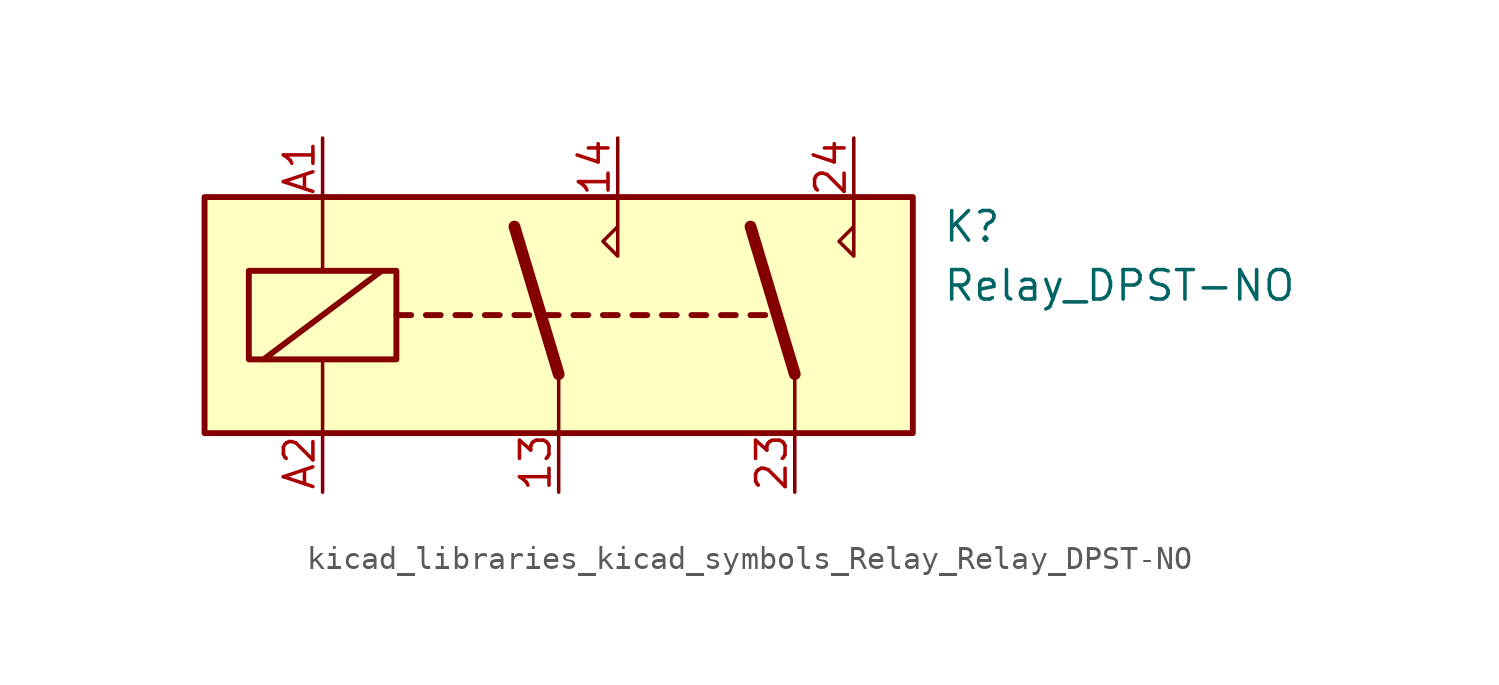
<source format=kicad_sym>
(kicad_symbol_lib
  (version 20220914)
  (generator kicad_symbol_editor)
  (symbol "kicad_libraries_kicad_symbols_Relay_Relay_DPST-NO"
    (property "Reference" "K"
      (at 16.51 3.81 0)
      (effects (font (size 1.27 1.27)) (justify left)))
    (property "Value" "Relay_DPST-NO"
      (at 16.51 1.27 0)
      (effects (font (size 1.27 1.27)) (justify left)))
    (symbol "kicad_libraries_kicad_symbols_Relay_Relay_DPST-NO_0_1"
      (rectangle (start -15.24 5.08) (end 15.24 -5.08) (stroke (width 0.254) (type default)) (fill (type background)))
      (rectangle (start -13.335 1.905) (end -6.985 -1.905) (stroke (width 0.254) (type default)) (fill (type none)))
      (polyline (pts (xy -12.7 -1.905) (xy -7.62 1.905)) (stroke (width 0.254) (type default)) (fill (type none)))
      (polyline (pts (xy -10.16 -5.08) (xy -10.16 -1.905)) (stroke (width 0) (type default)) (fill (type none)))
      (polyline (pts (xy -10.16 5.08) (xy -10.16 1.905)) (stroke (width 0) (type default)) (fill (type none)))
      (polyline (pts (xy -6.985 0) (xy -6.35 0)) (stroke (width 0.254) (type default)) (fill (type none)))
      (polyline (pts (xy -5.715 0) (xy -5.08 0)) (stroke (width 0.254) (type default)) (fill (type none)))
      (polyline (pts (xy -4.445 0) (xy -3.81 0)) (stroke (width 0.254) (type default)) (fill (type none)))
      (polyline (pts (xy -3.175 0) (xy -2.54 0)) (stroke (width 0.254) (type default)) (fill (type none)))
      (polyline (pts (xy -1.905 0) (xy -1.27 0)) (stroke (width 0.254) (type default)) (fill (type none)))
      (polyline (pts (xy -0.635 0) (xy 0 0)) (stroke (width 0.254) (type default)) (fill (type none)))
      (polyline (pts (xy 0 -2.54) (xy -1.905 3.81)) (stroke (width 0.508) (type default)) (fill (type none)))
      (polyline (pts (xy 0 -2.54) (xy 0 -5.08)) (stroke (width 0) (type default)) (fill (type none)))
      (polyline (pts (xy 0.635 0) (xy 1.27 0)) (stroke (width 0.254) (type default)) (fill (type none)))
      (polyline (pts (xy 1.905 0) (xy 2.54 0)) (stroke (width 0.254) (type default)) (fill (type none)))
      (polyline (pts (xy 3.175 0) (xy 3.81 0)) (stroke (width 0.254) (type default)) (fill (type none)))
      (polyline (pts (xy 4.445 0) (xy 5.08 0)) (stroke (width 0.254) (type default)) (fill (type none)))
      (polyline (pts (xy 5.715 0) (xy 6.35 0)) (stroke (width 0.254) (type default)) (fill (type none)))
      (polyline (pts (xy 6.985 0) (xy 7.62 0)) (stroke (width 0.254) (type default)) (fill (type none)))
      (polyline (pts (xy 8.255 0) (xy 8.89 0)) (stroke (width 0.254) (type default)) (fill (type none)))
      (polyline (pts (xy 10.16 -2.54) (xy 8.255 3.81)) (stroke (width 0.508) (type default)) (fill (type none)))
      (polyline (pts (xy 10.16 -2.54) (xy 10.16 -5.08)) (stroke (width 0) (type default)) (fill (type none)))
      (polyline (pts (xy 2.54 5.08) (xy 2.54 2.54) (xy 1.905 3.175) (xy 2.54 3.81)) (stroke (width 0) (type default)) (fill (type none)))
      (polyline (pts (xy 12.7 5.08) (xy 12.7 2.54) (xy 12.065 3.175) (xy 12.7 3.81)) (stroke (width 0) (type default)) (fill (type none))))
    (symbol "kicad_libraries_kicad_symbols_Relay_Relay_DPST-NO_1_1"
      (pin passive line (at 0 -7.62 90) (length 2.54) (name "~" (effects (font (size 1.27 1.27)))) (number "13" (effects (font (size 1.27 1.27)))))
      (pin passive line (at 2.54 7.62 270) (length 2.54) (name "~" (effects (font (size 1.27 1.27)))) (number "14" (effects (font (size 1.27 1.27)))))
      (pin passive line (at 10.16 -7.62 90) (length 2.54) (name "~" (effects (font (size 1.27 1.27)))) (number "23" (effects (font (size 1.27 1.27)))))
      (pin passive line (at 12.7 7.62 270) (length 2.54) (name "~" (effects (font (size 1.27 1.27)))) (number "24" (effects (font (size 1.27 1.27)))))
      (pin passive line (at -10.16 7.62 270) (length 2.54) (name "~" (effects (font (size 1.27 1.27)))) (number "A1" (effects (font (size 1.27 1.27)))))
      (pin passive line (at -10.16 -7.62 90) (length 2.54) (name "~" (effects (font (size 1.27 1.27)))) (number "A2" (effects (font (size 1.27 1.27))))))))
</source>
